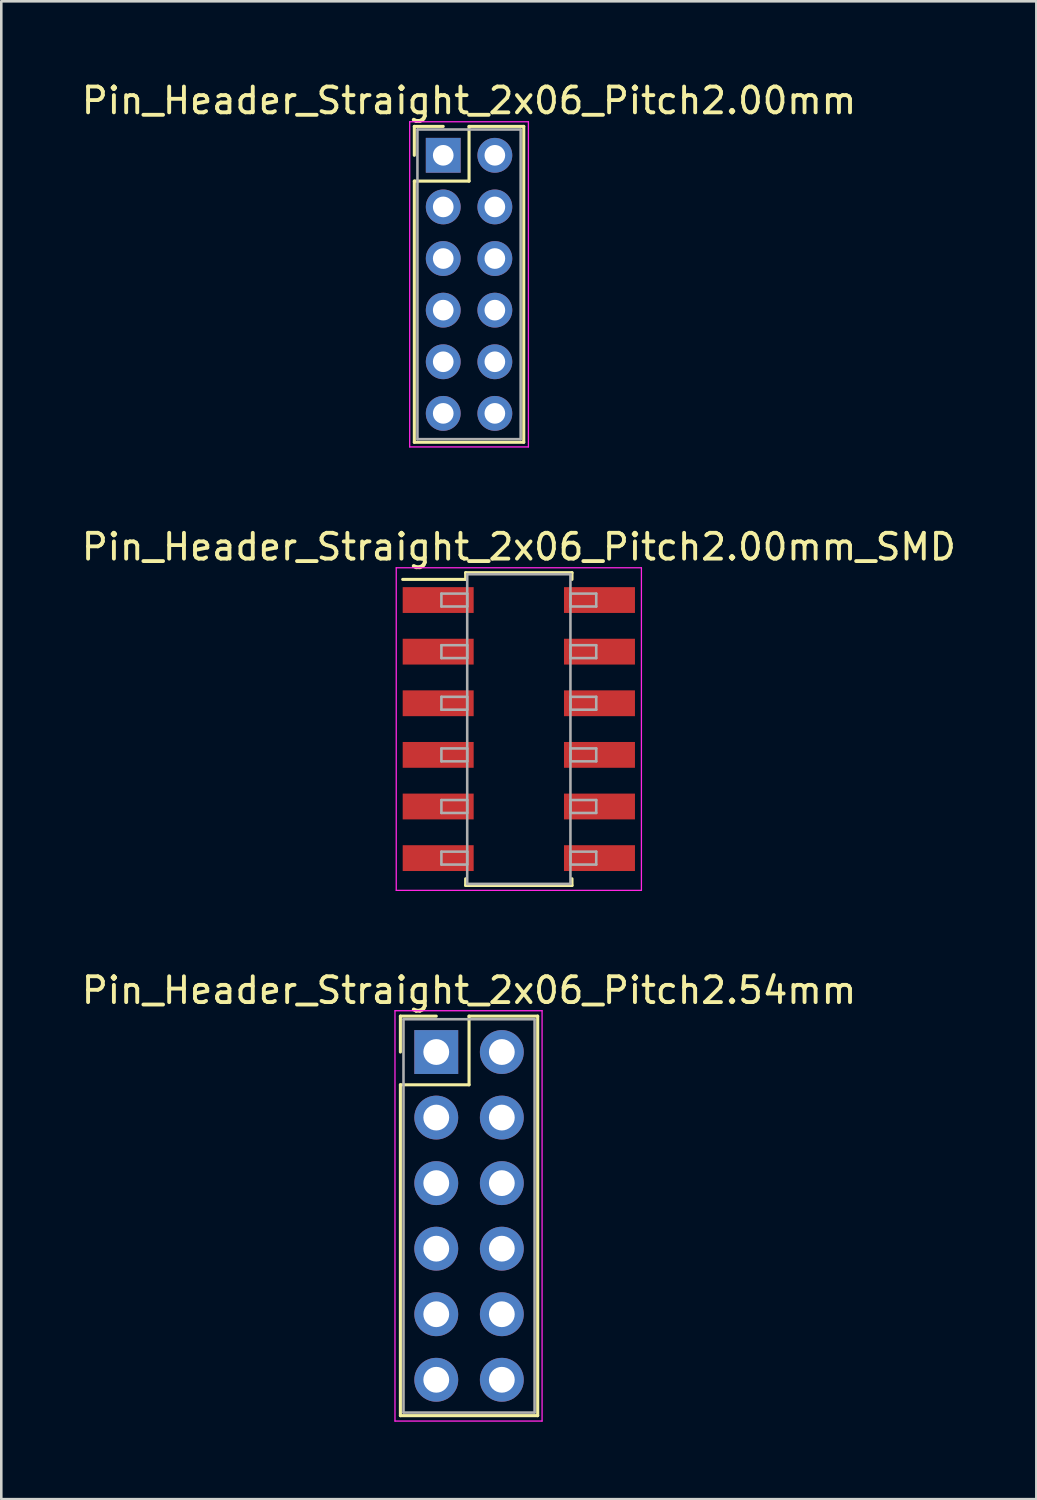
<source format=kicad_pcb>
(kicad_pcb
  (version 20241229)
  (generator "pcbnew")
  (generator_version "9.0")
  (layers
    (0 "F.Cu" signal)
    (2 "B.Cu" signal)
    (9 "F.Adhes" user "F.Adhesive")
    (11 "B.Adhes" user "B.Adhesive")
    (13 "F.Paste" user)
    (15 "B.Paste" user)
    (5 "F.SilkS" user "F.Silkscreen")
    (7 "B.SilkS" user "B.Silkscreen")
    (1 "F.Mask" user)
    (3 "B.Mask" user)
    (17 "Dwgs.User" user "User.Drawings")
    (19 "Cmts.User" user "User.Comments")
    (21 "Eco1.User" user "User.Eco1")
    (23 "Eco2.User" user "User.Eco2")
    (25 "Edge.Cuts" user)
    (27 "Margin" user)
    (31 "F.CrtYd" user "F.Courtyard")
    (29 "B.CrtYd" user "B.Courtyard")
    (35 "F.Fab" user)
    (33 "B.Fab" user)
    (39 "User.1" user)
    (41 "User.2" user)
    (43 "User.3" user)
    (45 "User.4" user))
  (footprint "Pin_Header_Straight_2x06_Pitch2.54mm"
    (layer "F.Cu")
    (at 13.855 37.715)
    (property "Reference" "Pin_Header_Straight_2x06_Pitch2.54mm" (at 1.27 -2.39 0) (layer "F.SilkS") (effects (font (size 1 1) (thickness 0.15))))
    (attr through_hole)
    (fp_line (start -1.39 -1.39) (end 0 -1.39) (stroke (width 0.12) (type solid)) (layer "F.SilkS"))
    (fp_line (start -1.39 0) (end -1.39 -1.39) (stroke (width 0.12) (type solid)) (layer "F.SilkS"))
    (fp_line (start -1.39 1.27) (end -1.39 14.09) (stroke (width 0.12) (type solid)) (layer "F.SilkS"))
    (fp_line (start -1.39 14.09) (end 3.93 14.09) (stroke (width 0.12) (type solid)) (layer "F.SilkS"))
    (fp_line (start 1.27 -1.39) (end 1.27 1.27) (stroke (width 0.12) (type solid)) (layer "F.SilkS"))
    (fp_line (start 1.27 1.27) (end -1.39 1.27) (stroke (width 0.12) (type solid)) (layer "F.SilkS"))
    (fp_line (start 3.93 -1.39) (end 1.27 -1.39) (stroke (width 0.12) (type solid)) (layer "F.SilkS"))
    (fp_line (start 3.93 14.09) (end 3.93 -1.39) (stroke (width 0.12) (type solid)) (layer "F.SilkS"))
    (fp_line (start -1.6 -1.6) (end -1.6 14.3) (stroke (width 0.05) (type solid)) (layer "F.CrtYd"))
    (fp_line (start -1.6 14.3) (end 4.1 14.3) (stroke (width 0.05) (type solid)) (layer "F.CrtYd"))
    (fp_line (start 4.1 -1.6) (end -1.6 -1.6) (stroke (width 0.05) (type solid)) (layer "F.CrtYd"))
    (fp_line (start 4.1 14.3) (end 4.1 -1.6) (stroke (width 0.05) (type solid)) (layer "F.CrtYd"))
    (fp_line (start -1.27 -1.27) (end -1.27 13.97) (stroke (width 0.1) (type solid)) (layer "F.Fab"))
    (fp_line (start -1.27 13.97) (end 3.81 13.97) (stroke (width 0.1) (type solid)) (layer "F.Fab"))
    (fp_line (start 3.81 -1.27) (end -1.27 -1.27) (stroke (width 0.1) (type solid)) (layer "F.Fab"))
    (fp_line (start 3.81 13.97) (end 3.81 -1.27) (stroke (width 0.1) (type solid)) (layer "F.Fab"))
    (pad "1" thru_hole rect (at 0 0) (size 1.7 1.7) (drill 1) (layers "*.Cu" "*.Mask"))
    (pad "2" thru_hole oval (at 2.54 0) (size 1.7 1.7) (drill 1) (layers "*.Cu" "*.Mask"))
    (pad "3" thru_hole oval (at 0 2.54) (size 1.7 1.7) (drill 1) (layers "*.Cu" "*.Mask"))
    (pad "4" thru_hole oval (at 2.54 2.54) (size 1.7 1.7) (drill 1) (layers "*.Cu" "*.Mask"))
    (pad "5" thru_hole oval (at 0 5.08) (size 1.7 1.7) (drill 1) (layers "*.Cu" "*.Mask"))
    (pad "6" thru_hole oval (at 2.54 5.08) (size 1.7 1.7) (drill 1) (layers "*.Cu" "*.Mask"))
    (pad "7" thru_hole oval (at 0 7.62) (size 1.7 1.7) (drill 1) (layers "*.Cu" "*.Mask"))
    (pad "8" thru_hole oval (at 2.54 7.62) (size 1.7 1.7) (drill 1) (layers "*.Cu" "*.Mask"))
    (pad "9" thru_hole oval (at 0 10.16) (size 1.7 1.7) (drill 1) (layers "*.Cu" "*.Mask"))
    (pad "10" thru_hole oval (at 2.54 10.16) (size 1.7 1.7) (drill 1) (layers "*.Cu" "*.Mask"))
    (pad "11" thru_hole oval (at 0 12.7) (size 1.7 1.7) (drill 1) (layers "*.Cu" "*.Mask"))
    (pad "12" thru_hole oval (at 2.54 12.7) (size 1.7 1.7) (drill 1) (layers "*.Cu" "*.Mask")))
  (footprint "Pin_Header_Straight_2x06_Pitch2.00mm"
    (layer "F.Cu")
    (at 14.125 2.968)
    (property "Reference" "Pin_Header_Straight_2x06_Pitch2.00mm" (at 1 -2.12 0) (layer "F.SilkS") (effects (font (size 1 1) (thickness 0.15))))
    (attr through_hole)
    (fp_line (start -1.12 -1.12) (end 0 -1.12) (stroke (width 0.12) (type solid)) (layer "F.SilkS"))
    (fp_line (start -1.12 0) (end -1.12 -1.12) (stroke (width 0.12) (type solid)) (layer "F.SilkS"))
    (fp_line (start -1.12 1) (end -1.12 11.12) (stroke (width 0.12) (type solid)) (layer "F.SilkS"))
    (fp_line (start -1.12 11.12) (end 3.12 11.12) (stroke (width 0.12) (type solid)) (layer "F.SilkS"))
    (fp_line (start 1 -1.12) (end 1 1) (stroke (width 0.12) (type solid)) (layer "F.SilkS"))
    (fp_line (start 1 1) (end -1.12 1) (stroke (width 0.12) (type solid)) (layer "F.SilkS"))
    (fp_line (start 3.12 -1.12) (end 1 -1.12) (stroke (width 0.12) (type solid)) (layer "F.SilkS"))
    (fp_line (start 3.12 11.12) (end 3.12 -1.12) (stroke (width 0.12) (type solid)) (layer "F.SilkS"))
    (fp_line (start -1.3 -1.3) (end -1.3 11.3) (stroke (width 0.05) (type solid)) (layer "F.CrtYd"))
    (fp_line (start -1.3 11.3) (end 3.3 11.3) (stroke (width 0.05) (type solid)) (layer "F.CrtYd"))
    (fp_line (start 3.3 -1.3) (end -1.3 -1.3) (stroke (width 0.05) (type solid)) (layer "F.CrtYd"))
    (fp_line (start 3.3 11.3) (end 3.3 -1.3) (stroke (width 0.05) (type solid)) (layer "F.CrtYd"))
    (fp_line (start -1 -1) (end -1 11) (stroke (width 0.1) (type solid)) (layer "F.Fab"))
    (fp_line (start -1 11) (end 3 11) (stroke (width 0.1) (type solid)) (layer "F.Fab"))
    (fp_line (start 3 -1) (end -1 -1) (stroke (width 0.1) (type solid)) (layer "F.Fab"))
    (fp_line (start 3 11) (end 3 -1) (stroke (width 0.1) (type solid)) (layer "F.Fab"))
    (pad "1" thru_hole rect (at 0 0) (size 1.35 1.35) (drill 0.8) (layers "*.Cu" "*.Mask"))
    (pad "2" thru_hole oval (at 2 0) (size 1.35 1.35) (drill 0.8) (layers "*.Cu" "*.Mask"))
    (pad "3" thru_hole oval (at 0 2) (size 1.35 1.35) (drill 0.8) (layers "*.Cu" "*.Mask"))
    (pad "4" thru_hole oval (at 2 2) (size 1.35 1.35) (drill 0.8) (layers "*.Cu" "*.Mask"))
    (pad "5" thru_hole oval (at 0 4) (size 1.35 1.35) (drill 0.8) (layers "*.Cu" "*.Mask"))
    (pad "6" thru_hole oval (at 2 4) (size 1.35 1.35) (drill 0.8) (layers "*.Cu" "*.Mask"))
    (pad "7" thru_hole oval (at 0 6) (size 1.35 1.35) (drill 0.8) (layers "*.Cu" "*.Mask"))
    (pad "8" thru_hole oval (at 2 6) (size 1.35 1.35) (drill 0.8) (layers "*.Cu" "*.Mask"))
    (pad "9" thru_hole oval (at 0 8) (size 1.35 1.35) (drill 0.8) (layers "*.Cu" "*.Mask"))
    (pad "10" thru_hole oval (at 2 8) (size 1.35 1.35) (drill 0.8) (layers "*.Cu" "*.Mask"))
    (pad "11" thru_hole oval (at 0 10) (size 1.35 1.35) (drill 0.8) (layers "*.Cu" "*.Mask"))
    (pad "12" thru_hole oval (at 2 10) (size 1.35 1.35) (drill 0.8) (layers "*.Cu" "*.Mask")))
  (footprint "Pin_Header_Straight_2x06_Pitch2.00mm_SMD"
    (layer "F.Cu")
    (at 17.054 25.201)
    (property "Reference" "Pin_Header_Straight_2x06_Pitch2.00mm_SMD" (at 0 -7.06 0) (layer "F.SilkS") (effects (font (size 1 1) (thickness 0.15))))
    (attr smd)
    (fp_line (start -4.5 -5.8) (end -2.06 -5.8) (stroke (width 0.12) (type solid)) (layer "F.SilkS"))
    (fp_line (start -2.06 -6.06) (end 2.06 -6.06) (stroke (width 0.12) (type solid)) (layer "F.SilkS"))
    (fp_line (start -2.06 -5.8) (end -2.06 -6.06) (stroke (width 0.12) (type solid)) (layer "F.SilkS"))
    (fp_line (start -2.06 5.8) (end -2.06 6.06) (stroke (width 0.12) (type solid)) (layer "F.SilkS"))
    (fp_line (start -2.06 6.06) (end 2.06 6.06) (stroke (width 0.12) (type solid)) (layer "F.SilkS"))
    (fp_line (start 2.06 -6.06) (end 2.06 -5.8) (stroke (width 0.12) (type solid)) (layer "F.SilkS"))
    (fp_line (start 2.06 6.06) (end 2.06 5.8) (stroke (width 0.12) (type solid)) (layer "F.SilkS"))
    (fp_line (start -4.75 -6.25) (end -4.75 6.25) (stroke (width 0.05) (type solid)) (layer "F.CrtYd"))
    (fp_line (start -4.75 6.25) (end 4.75 6.25) (stroke (width 0.05) (type solid)) (layer "F.CrtYd"))
    (fp_line (start 4.75 -6.25) (end -4.75 -6.25) (stroke (width 0.05) (type solid)) (layer "F.CrtYd"))
    (fp_line (start 4.75 6.25) (end 4.75 -6.25) (stroke (width 0.05) (type solid)) (layer "F.CrtYd"))
    (fp_line (start -3 -5.25) (end -2 -5.25) (stroke (width 0.1) (type solid)) (layer "F.Fab"))
    (fp_line (start -3 -4.75) (end -3 -5.25) (stroke (width 0.1) (type solid)) (layer "F.Fab"))
    (fp_line (start -3 -3.25) (end -2 -3.25) (stroke (width 0.1) (type solid)) (layer "F.Fab"))
    (fp_line (start -3 -2.75) (end -3 -3.25) (stroke (width 0.1) (type solid)) (layer "F.Fab"))
    (fp_line (start -3 -1.25) (end -2 -1.25) (stroke (width 0.1) (type solid)) (layer "F.Fab"))
    (fp_line (start -3 -0.75) (end -3 -1.25) (stroke (width 0.1) (type solid)) (layer "F.Fab"))
    (fp_line (start -3 0.75) (end -2 0.75) (stroke (width 0.1) (type solid)) (layer "F.Fab"))
    (fp_line (start -3 1.25) (end -3 0.75) (stroke (width 0.1) (type solid)) (layer "F.Fab"))
    (fp_line (start -3 2.75) (end -2 2.75) (stroke (width 0.1) (type solid)) (layer "F.Fab"))
    (fp_line (start -3 3.25) (end -3 2.75) (stroke (width 0.1) (type solid)) (layer "F.Fab"))
    (fp_line (start -3 4.75) (end -2 4.75) (stroke (width 0.1) (type solid)) (layer "F.Fab"))
    (fp_line (start -3 5.25) (end -3 4.75) (stroke (width 0.1) (type solid)) (layer "F.Fab"))
    (fp_line (start -2 -6) (end -2 6) (stroke (width 0.1) (type solid)) (layer "F.Fab"))
    (fp_line (start -2 -5.25) (end -2 -4.75) (stroke (width 0.1) (type solid)) (layer "F.Fab"))
    (fp_line (start -2 -4.75) (end -3 -4.75) (stroke (width 0.1) (type solid)) (layer "F.Fab"))
    (fp_line (start -2 -3.25) (end -2 -2.75) (stroke (width 0.1) (type solid)) (layer "F.Fab"))
    (fp_line (start -2 -2.75) (end -3 -2.75) (stroke (width 0.1) (type solid)) (layer "F.Fab"))
    (fp_line (start -2 -1.25) (end -2 -0.75) (stroke (width 0.1) (type solid)) (layer "F.Fab"))
    (fp_line (start -2 -0.75) (end -3 -0.75) (stroke (width 0.1) (type solid)) (layer "F.Fab"))
    (fp_line (start -2 0.75) (end -2 1.25) (stroke (width 0.1) (type solid)) (layer "F.Fab"))
    (fp_line (start -2 1.25) (end -3 1.25) (stroke (width 0.1) (type solid)) (layer "F.Fab"))
    (fp_line (start -2 2.75) (end -2 3.25) (stroke (width 0.1) (type solid)) (layer "F.Fab"))
    (fp_line (start -2 3.25) (end -3 3.25) (stroke (width 0.1) (type solid)) (layer "F.Fab"))
    (fp_line (start -2 4.75) (end -2 5.25) (stroke (width 0.1) (type solid)) (layer "F.Fab"))
    (fp_line (start -2 5.25) (end -3 5.25) (stroke (width 0.1) (type solid)) (layer "F.Fab"))
    (fp_line (start -2 6) (end 2 6) (stroke (width 0.1) (type solid)) (layer "F.Fab"))
    (fp_line (start 2 -6) (end -2 -6) (stroke (width 0.1) (type solid)) (layer "F.Fab"))
    (fp_line (start 2 -5.25) (end 2 -4.75) (stroke (width 0.1) (type solid)) (layer "F.Fab"))
    (fp_line (start 2 -4.75) (end 3 -4.75) (stroke (width 0.1) (type solid)) (layer "F.Fab"))
    (fp_line (start 2 -3.25) (end 2 -2.75) (stroke (width 0.1) (type solid)) (layer "F.Fab"))
    (fp_line (start 2 -2.75) (end 3 -2.75) (stroke (width 0.1) (type solid)) (layer "F.Fab"))
    (fp_line (start 2 -1.25) (end 2 -0.75) (stroke (width 0.1) (type solid)) (layer "F.Fab"))
    (fp_line (start 2 -0.75) (end 3 -0.75) (stroke (width 0.1) (type solid)) (layer "F.Fab"))
    (fp_line (start 2 0.75) (end 2 1.25) (stroke (width 0.1) (type solid)) (layer "F.Fab"))
    (fp_line (start 2 1.25) (end 3 1.25) (stroke (width 0.1) (type solid)) (layer "F.Fab"))
    (fp_line (start 2 2.75) (end 2 3.25) (stroke (width 0.1) (type solid)) (layer "F.Fab"))
    (fp_line (start 2 3.25) (end 3 3.25) (stroke (width 0.1) (type solid)) (layer "F.Fab"))
    (fp_line (start 2 4.75) (end 2 5.25) (stroke (width 0.1) (type solid)) (layer "F.Fab"))
    (fp_line (start 2 5.25) (end 3 5.25) (stroke (width 0.1) (type solid)) (layer "F.Fab"))
    (fp_line (start 2 6) (end 2 -6) (stroke (width 0.1) (type solid)) (layer "F.Fab"))
    (fp_line (start 3 -5.25) (end 2 -5.25) (stroke (width 0.1) (type solid)) (layer "F.Fab"))
    (fp_line (start 3 -4.75) (end 3 -5.25) (stroke (width 0.1) (type solid)) (layer "F.Fab"))
    (fp_line (start 3 -3.25) (end 2 -3.25) (stroke (width 0.1) (type solid)) (layer "F.Fab"))
    (fp_line (start 3 -2.75) (end 3 -3.25) (stroke (width 0.1) (type solid)) (layer "F.Fab"))
    (fp_line (start 3 -1.25) (end 2 -1.25) (stroke (width 0.1) (type solid)) (layer "F.Fab"))
    (fp_line (start 3 -0.75) (end 3 -1.25) (stroke (width 0.1) (type solid)) (layer "F.Fab"))
    (fp_line (start 3 0.75) (end 2 0.75) (stroke (width 0.1) (type solid)) (layer "F.Fab"))
    (fp_line (start 3 1.25) (end 3 0.75) (stroke (width 0.1) (type solid)) (layer "F.Fab"))
    (fp_line (start 3 2.75) (end 2 2.75) (stroke (width 0.1) (type solid)) (layer "F.Fab"))
    (fp_line (start 3 3.25) (end 3 2.75) (stroke (width 0.1) (type solid)) (layer "F.Fab"))
    (fp_line (start 3 4.75) (end 2 4.75) (stroke (width 0.1) (type solid)) (layer "F.Fab"))
    (fp_line (start 3 5.25) (end 3 4.75) (stroke (width 0.1) (type solid)) (layer "F.Fab"))
    (pad "1" smd rect (at -3.125 -5) (size 2.75 1) (layers "F.Cu" "F.Mask"))
    (pad "2" smd rect (at 3.125 -5) (size 2.75 1) (layers "F.Cu" "F.Mask"))
    (pad "3" smd rect (at -3.125 -3) (size 2.75 1) (layers "F.Cu" "F.Mask"))
    (pad "4" smd rect (at 3.125 -3) (size 2.75 1) (layers "F.Cu" "F.Mask"))
    (pad "5" smd rect (at -3.125 -1) (size 2.75 1) (layers "F.Cu" "F.Mask"))
    (pad "6" smd rect (at 3.125 -1) (size 2.75 1) (layers "F.Cu" "F.Mask"))
    (pad "7" smd rect (at -3.125 1) (size 2.75 1) (layers "F.Cu" "F.Mask"))
    (pad "8" smd rect (at 3.125 1) (size 2.75 1) (layers "F.Cu" "F.Mask"))
    (pad "9" smd rect (at -3.125 3) (size 2.75 1) (layers "F.Cu" "F.Mask"))
    (pad "10" smd rect (at 3.125 3) (size 2.75 1) (layers "F.Cu" "F.Mask"))
    (pad "11" smd rect (at -3.125 5) (size 2.75 1) (layers "F.Cu" "F.Mask"))
    (pad "12" smd rect (at 3.125 5) (size 2.75 1) (layers "F.Cu" "F.Mask")))
  (gr_rect
    (start -3 -3)
    (end 37.107 55.04)
    (stroke (width 0.1) (type default))
    (fill no)
    (layer "Edge.Cuts")))
</source>
